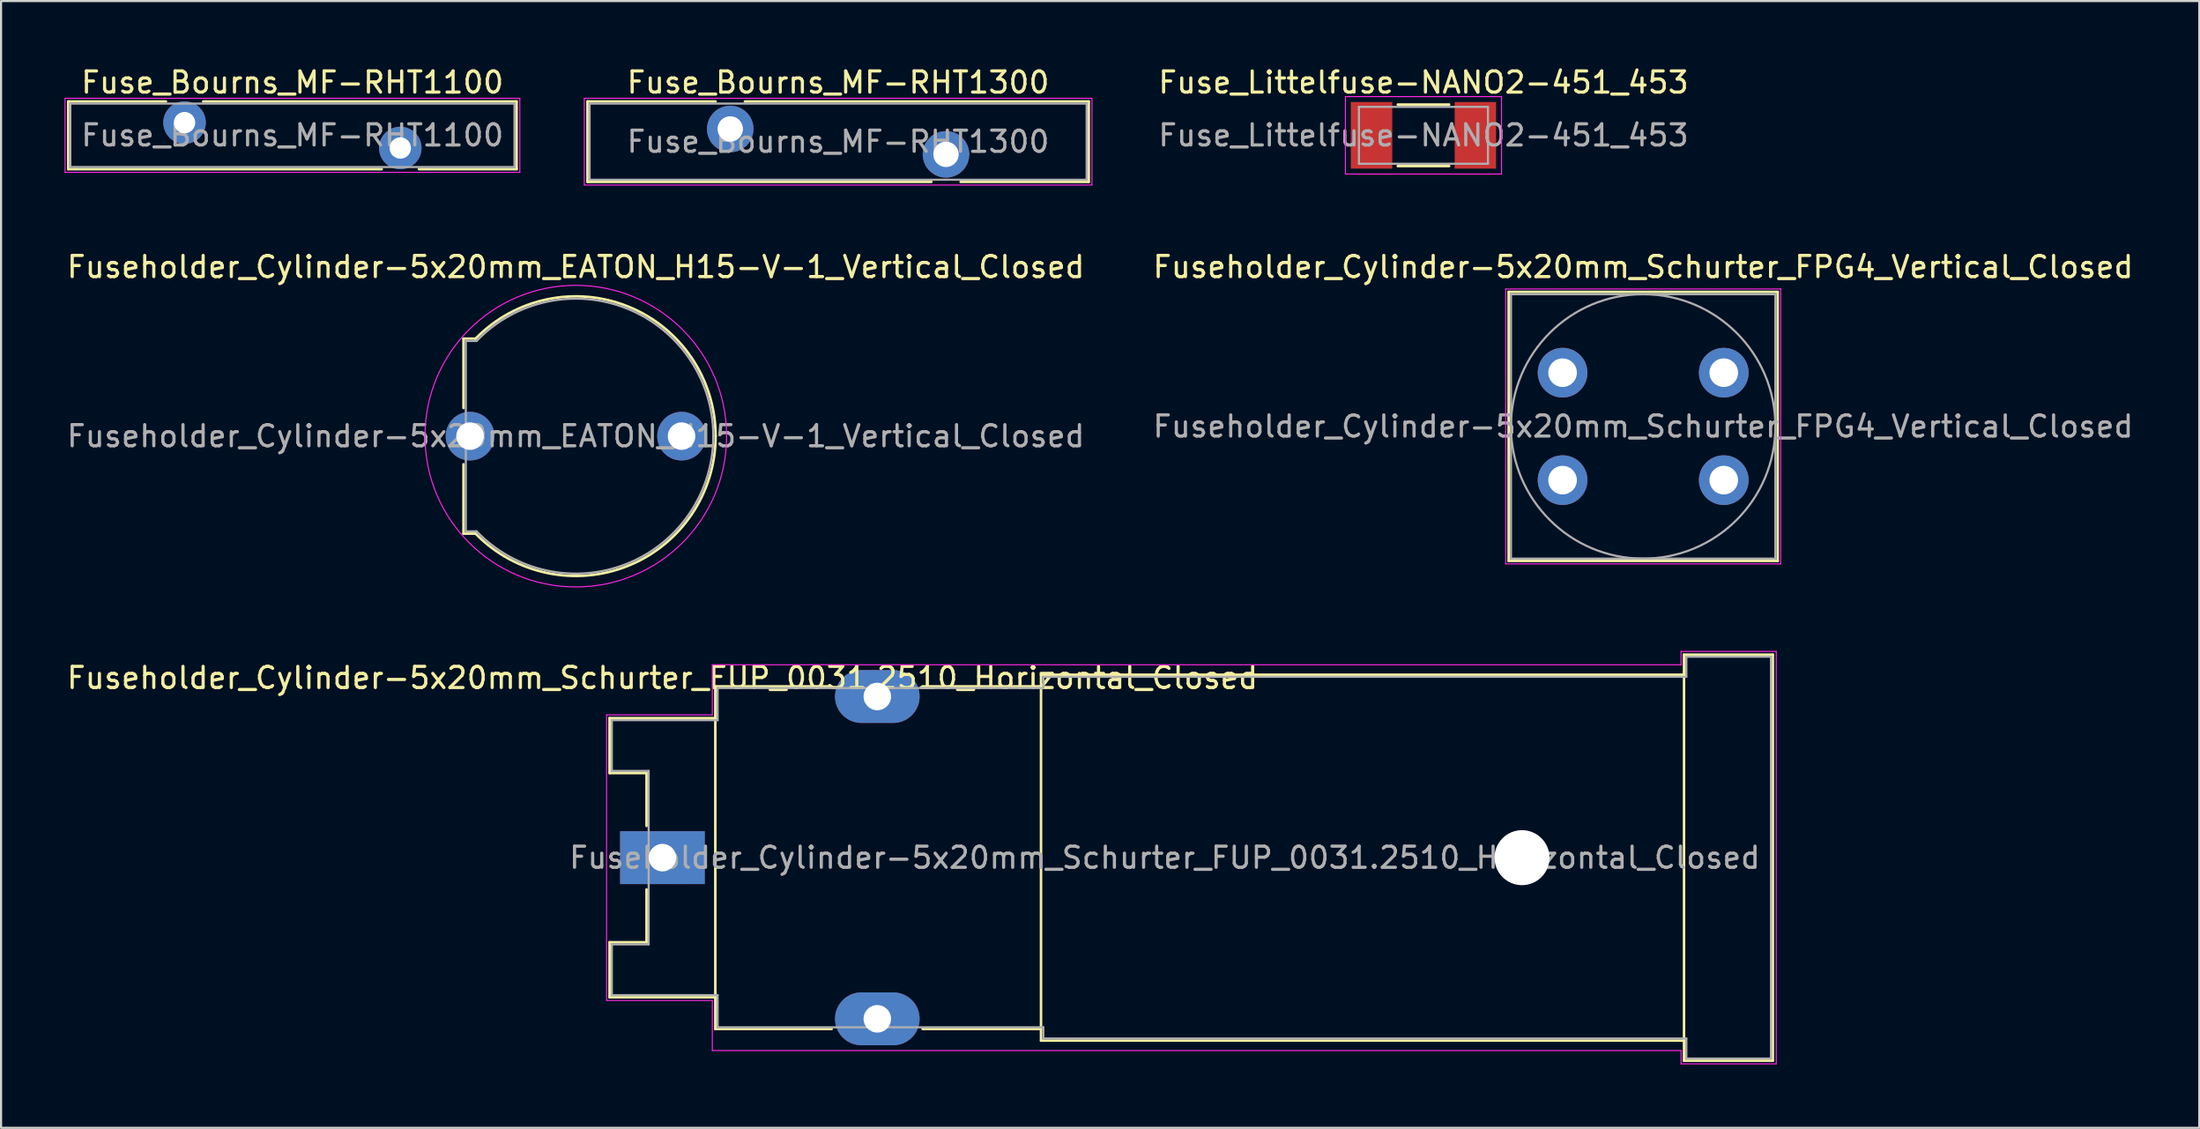
<source format=kicad_pcb>
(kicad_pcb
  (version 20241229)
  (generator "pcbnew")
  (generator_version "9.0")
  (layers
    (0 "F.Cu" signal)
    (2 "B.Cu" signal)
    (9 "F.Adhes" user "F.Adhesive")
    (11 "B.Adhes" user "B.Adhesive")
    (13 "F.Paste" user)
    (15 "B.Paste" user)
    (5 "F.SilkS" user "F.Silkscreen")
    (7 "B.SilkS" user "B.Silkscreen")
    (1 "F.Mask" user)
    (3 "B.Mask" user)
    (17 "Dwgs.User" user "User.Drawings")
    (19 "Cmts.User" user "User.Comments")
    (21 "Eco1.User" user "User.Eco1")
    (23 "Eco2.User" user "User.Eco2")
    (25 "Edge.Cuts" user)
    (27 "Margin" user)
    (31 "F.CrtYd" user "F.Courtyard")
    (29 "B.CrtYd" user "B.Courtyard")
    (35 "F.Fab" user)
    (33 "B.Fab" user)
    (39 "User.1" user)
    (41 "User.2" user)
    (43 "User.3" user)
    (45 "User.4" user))
  (footprint "Fuse_Bourns_MF-RHT1300"
    (layer "F.Cu")
    (at 31.475 3.048)
    (property "Reference" "Fuse_Bourns_MF-RHT1300" (at 5.1 -2.2 0) (layer "F.SilkS") (effects (font (size 1 1) (thickness 0.15))))
    (attr through_hole)
    (fp_line (start -6.75 -1.301) (end -6.75 2.5) (stroke (width 0.12) (type solid)) (layer "F.SilkS"))
    (fp_line (start -6.75 -1.301) (end -0.693 -1.301) (stroke (width 0.12) (type solid)) (layer "F.SilkS"))
    (fp_line (start -6.75 2.5) (end 9.508 2.5) (stroke (width 0.12) (type solid)) (layer "F.SilkS"))
    (fp_line (start 0.693 -1.301) (end 16.951 -1.301) (stroke (width 0.12) (type solid)) (layer "F.SilkS"))
    (fp_line (start 10.893 2.5) (end 16.951 2.5) (stroke (width 0.12) (type solid)) (layer "F.SilkS"))
    (fp_line (start 16.951 -1.301) (end 16.951 2.5) (stroke (width 0.12) (type solid)) (layer "F.SilkS"))
    (fp_line (start -6.9 -1.45) (end -6.9 2.65) (stroke (width 0.05) (type solid)) (layer "F.CrtYd"))
    (fp_line (start -6.9 2.65) (end 17.1 2.65) (stroke (width 0.05) (type solid)) (layer "F.CrtYd"))
    (fp_line (start 17.1 -1.45) (end -6.9 -1.45) (stroke (width 0.05) (type solid)) (layer "F.CrtYd"))
    (fp_line (start 17.1 2.65) (end 17.1 -1.45) (stroke (width 0.05) (type solid)) (layer "F.CrtYd"))
    (fp_line (start -6.65 -1.2) (end -6.65 2.4) (stroke (width 0.1) (type solid)) (layer "F.Fab"))
    (fp_line (start -6.65 2.4) (end 16.85 2.4) (stroke (width 0.1) (type solid)) (layer "F.Fab"))
    (fp_line (start 16.85 -1.2) (end -6.65 -1.2) (stroke (width 0.1) (type solid)) (layer "F.Fab"))
    (fp_line (start 16.85 2.4) (end 16.85 -1.2) (stroke (width 0.1) (type solid)) (layer "F.Fab"))
    (fp_text user "${REFERENCE}" (at 5.1 0.6 0) (layer "F.Fab") (effects (font (size 1 1) (thickness 0.15))))
    (pad "1" thru_hole circle (at 0 0) (size 2.2 2.2) (drill 1.2) (layers "*.Cu" "*.Mask"))
    (pad "2" thru_hole circle (at 10.2 1.2) (size 2.2 2.2) (drill 1.2) (layers "*.Cu" "*.Mask")))
  (footprint "Fuse_Bourns_MF-RHT1100"
    (layer "F.Cu")
    (at 5.675 2.748)
    (property "Reference" "Fuse_Bourns_MF-RHT1100" (at 5.1 -1.9 0) (layer "F.SilkS") (effects (font (size 1 1) (thickness 0.15))))
    (attr through_hole)
    (fp_line (start -5.5 -1) (end -5.5 2.2) (stroke (width 0.12) (type solid)) (layer "F.SilkS"))
    (fp_line (start -5.5 -1) (end -0.879 -1) (stroke (width 0.12) (type solid)) (layer "F.SilkS"))
    (fp_line (start -5.5 2.2) (end 9.322 2.2) (stroke (width 0.12) (type solid)) (layer "F.SilkS"))
    (fp_line (start 0.879 -1) (end 15.7 -1) (stroke (width 0.12) (type solid)) (layer "F.SilkS"))
    (fp_line (start 11.079 2.2) (end 15.7 2.2) (stroke (width 0.12) (type solid)) (layer "F.SilkS"))
    (fp_line (start 15.7 -1) (end 15.7 2.2) (stroke (width 0.12) (type solid)) (layer "F.SilkS"))
    (fp_line (start -5.65 -1.15) (end -5.65 2.35) (stroke (width 0.05) (type solid)) (layer "F.CrtYd"))
    (fp_line (start -5.65 2.35) (end 15.85 2.35) (stroke (width 0.05) (type solid)) (layer "F.CrtYd"))
    (fp_line (start 15.85 -1.15) (end -5.65 -1.15) (stroke (width 0.05) (type solid)) (layer "F.CrtYd"))
    (fp_line (start 15.85 2.35) (end 15.85 -1.15) (stroke (width 0.05) (type solid)) (layer "F.CrtYd"))
    (fp_line (start -5.4 -0.9) (end -5.4 2.1) (stroke (width 0.1) (type solid)) (layer "F.Fab"))
    (fp_line (start -5.4 2.1) (end 15.6 2.1) (stroke (width 0.1) (type solid)) (layer "F.Fab"))
    (fp_line (start 15.6 -0.9) (end -5.4 -0.9) (stroke (width 0.1) (type solid)) (layer "F.Fab"))
    (fp_line (start 15.6 2.1) (end 15.6 -0.9) (stroke (width 0.1) (type solid)) (layer "F.Fab"))
    (fp_text user "${REFERENCE}" (at 5.1 0.6 0) (layer "F.Fab") (effects (font (size 1 1) (thickness 0.15))))
    (pad "1" thru_hole circle (at 0 0) (size 2.01 2.01) (drill 1.01) (layers "*.Cu" "*.Mask"))
    (pad "2" thru_hole circle (at 10.2 1.2) (size 2.01 2.01) (drill 1.01) (layers "*.Cu" "*.Mask")))
  (footprint "Fuseholder_Cylinder-5x20mm_EATON_H15-V-1_Vertical_Closed"
    (layer "F.Cu")
    (at 19.173 17.572)
    (property "Reference" "Fuseholder_Cylinder-5x20mm_EATON_H15-V-1_Vertical_Closed" (at 5 -8 0) (layer "F.SilkS") (effects (font (size 1 1) (thickness 0.15))))
    (attr through_hole)
    (fp_line (start -0.31 -4.61) (end -0.31 -1.33) (stroke (width 0.12) (type solid)) (layer "F.SilkS"))
    (fp_line (start -0.31 1.33) (end -0.31 4.61) (stroke (width 0.12) (type solid)) (layer "F.SilkS"))
    (fp_line (start 0.26 -4.61) (end -0.31 -4.61) (stroke (width 0.12) (type solid)) (layer "F.SilkS"))
    (fp_line (start 0.26 4.61) (end -0.31 4.61) (stroke (width 0.12) (type solid)) (layer "F.SilkS"))
    (fp_arc (start 0.261221 -4.608261) (mid 7.486842 -6.124354) (end 11.61 0) (stroke (width 0.12) (type solid)) (layer "F.SilkS"))
    (fp_arc (start 11.61 0) (mid 7.486842 6.124354) (end 0.261221 4.608261) (stroke (width 0.12) (type solid)) (layer "F.SilkS"))
    (fp_circle (center 5 0) (end 12.13 0) (stroke (width 0.05) (type solid)) (fill no) (layer "F.CrtYd"))
    (fp_line (start -0.2 -4.5) (end -0.2 4.5) (stroke (width 0.1) (type solid)) (layer "F.Fab"))
    (fp_line (start 0.3 -4.5) (end -0.2 -4.5) (stroke (width 0.1) (type solid)) (layer "F.Fab"))
    (fp_line (start 0.3 4.5) (end -0.2 4.5) (stroke (width 0.1) (type solid)) (layer "F.Fab"))
    (fp_arc (start 0.308559 -4.498931) (mid 7.424421 -6.030935) (end 11.5 0) (stroke (width 0.1) (type solid)) (layer "F.Fab"))
    (fp_arc (start 11.5 0) (mid 7.424421 6.030936) (end 0.308559 4.498931) (stroke (width 0.1) (type solid)) (layer "F.Fab"))
    (fp_text user "${REFERENCE}" (at 5 0 0) (layer "F.Fab") (effects (font (size 1 1) (thickness 0.15))))
    (pad "1" thru_hole circle (at 0 0) (size 2.3 2.3) (drill 1.3) (layers "*.Cu" "*.Mask"))
    (pad "2" thru_hole circle (at 10 0) (size 2.3 2.3) (drill 1.3) (layers "*.Cu" "*.Mask")))
  (footprint "Fuseholder_Cylinder-5x20mm_Schurter_FPG4_Vertical_Closed"
    (layer "F.Cu")
    (at 70.827 14.572)
    (property "Reference" "Fuseholder_Cylinder-5x20mm_Schurter_FPG4_Vertical_Closed" (at 3.81 -5 0) (layer "F.SilkS") (effects (font (size 1 1) (thickness 0.15))))
    (attr through_hole)
    (fp_line (start -2.55 -3.82) (end 10.17 -3.82) (stroke (width 0.12) (type solid)) (layer "F.SilkS"))
    (fp_line (start -2.55 8.9) (end -2.55 -3.82) (stroke (width 0.12) (type solid)) (layer "F.SilkS"))
    (fp_line (start 10.17 -3.82) (end 10.17 8.9) (stroke (width 0.12) (type solid)) (layer "F.SilkS"))
    (fp_line (start 10.17 8.9) (end -2.55 8.9) (stroke (width 0.12) (type solid)) (layer "F.SilkS"))
    (fp_line (start -2.69 -3.96) (end 10.31 -3.96) (stroke (width 0.05) (type solid)) (layer "F.CrtYd"))
    (fp_line (start -2.69 9.04) (end -2.69 -3.96) (stroke (width 0.05) (type solid)) (layer "F.CrtYd"))
    (fp_line (start 10.31 -3.96) (end 10.31 9.04) (stroke (width 0.05) (type solid)) (layer "F.CrtYd"))
    (fp_line (start 10.31 9.04) (end -2.69 9.04) (stroke (width 0.05) (type solid)) (layer "F.CrtYd"))
    (fp_line (start -2.44 -3.71) (end 10.06 -3.71) (stroke (width 0.1) (type solid)) (layer "F.Fab"))
    (fp_line (start -2.44 8.79) (end -2.44 -3.71) (stroke (width 0.1) (type solid)) (layer "F.Fab"))
    (fp_line (start 10.06 -3.71) (end 10.06 8.79) (stroke (width 0.1) (type solid)) (layer "F.Fab"))
    (fp_line (start 10.06 8.79) (end -2.44 8.79) (stroke (width 0.1) (type solid)) (layer "F.Fab"))
    (fp_circle (center 3.81 2.54) (end 10.06 2.54) (stroke (width 0.1) (type solid)) (fill no) (layer "F.Fab"))
    (fp_text user "${REFERENCE}" (at 3.81 2.54 0) (layer "F.Fab") (effects (font (size 1 1) (thickness 0.15))))
    (pad "1" thru_hole circle (at 0 0) (size 2.35 2.35) (drill 1.35) (layers "*.Cu" "*.Mask"))
    (pad "1" thru_hole circle (at 0 5.08) (size 2.35 2.35) (drill 1.35) (layers "*.Cu" "*.Mask"))
    (pad "2" thru_hole circle (at 7.62 0) (size 2.35 2.35) (drill 1.35) (layers "*.Cu" "*.Mask"))
    (pad "2" thru_hole circle (at 7.62 5.08) (size 2.35 2.35) (drill 1.35) (layers "*.Cu" "*.Mask")))
  (footprint "Fuseholder_Cylinder-5x20mm_Schurter_FUP_0031.2510_Horizontal_Closed"
    (layer "F.Cu")
    (at 28.268 37.502)
    (property "Reference" "Fuseholder_Cylinder-5x20mm_Schurter_FUP_0031.2510_Horizontal_Closed" (at 0 -8.5 0) (layer "F.SilkS") (effects (font (size 1 1) (thickness 0.15))))
    (attr through_hole)
    (fp_line (start -2.5 -6.6) (end 2.5 -6.6) (stroke (width 0.12) (type solid)) (layer "F.SilkS"))
    (fp_line (start -2.5 -4) (end -2.5 -6.6) (stroke (width 0.12) (type solid)) (layer "F.SilkS"))
    (fp_line (start -2.5 4) (end -0.75 4) (stroke (width 0.12) (type solid)) (layer "F.SilkS"))
    (fp_line (start -2.5 6.6) (end -2.5 4) (stroke (width 0.12) (type solid)) (layer "F.SilkS"))
    (fp_line (start -2.5 6.6) (end 2.5 6.6) (stroke (width 0.12) (type solid)) (layer "F.SilkS"))
    (fp_line (start -0.75 -4) (end -2.5 -4) (stroke (width 0.12) (type solid)) (layer "F.SilkS"))
    (fp_line (start -0.75 -1.5) (end -0.75 -4) (stroke (width 0.12) (type solid)) (layer "F.SilkS"))
    (fp_line (start -0.75 4) (end -0.75 1.5) (stroke (width 0.12) (type solid)) (layer "F.SilkS"))
    (fp_line (start 2.5 -8.1) (end 8 -8.1) (stroke (width 0.12) (type solid)) (layer "F.SilkS"))
    (fp_line (start 2.5 8.1) (end 2.5 -8.1) (stroke (width 0.12) (type solid)) (layer "F.SilkS"))
    (fp_line (start 2.5 8.1) (end 8 8.1) (stroke (width 0.12) (type solid)) (layer "F.SilkS"))
    (fp_line (start 12.3 -8.1) (end 17.9 -8.1) (stroke (width 0.12) (type solid)) (layer "F.SilkS"))
    (fp_line (start 12.3 8.1) (end 17.9 8.1) (stroke (width 0.12) (type solid)) (layer "F.SilkS"))
    (fp_line (start 17.9 -8.65) (end 48.3 -8.65) (stroke (width 0.12) (type solid)) (layer "F.SilkS"))
    (fp_line (start 17.9 8.65) (end 17.9 -8.65) (stroke (width 0.12) (type solid)) (layer "F.SilkS"))
    (fp_line (start 17.9 8.65) (end 48.3 8.65) (stroke (width 0.12) (type solid)) (layer "F.SilkS"))
    (fp_line (start 48.3 -9.6) (end 52.5 -9.6) (stroke (width 0.12) (type solid)) (layer "F.SilkS"))
    (fp_line (start 48.3 9.6) (end 48.3 -9.6) (stroke (width 0.12) (type solid)) (layer "F.SilkS"))
    (fp_line (start 48.3 9.6) (end 52.5 9.6) (stroke (width 0.12) (type solid)) (layer "F.SilkS"))
    (fp_line (start 52.5 -9.6) (end 52.5 9.6) (stroke (width 0.12) (type solid)) (layer "F.SilkS"))
    (fp_line (start -2.64 -6.75) (end 2.36 -6.75) (stroke (width 0.05) (type solid)) (layer "F.CrtYd"))
    (fp_line (start -2.64 6.75) (end -2.64 -6.75) (stroke (width 0.05) (type solid)) (layer "F.CrtYd"))
    (fp_line (start -2.64 6.75) (end 2.36 6.75) (stroke (width 0.05) (type solid)) (layer "F.CrtYd"))
    (fp_line (start 2.36 -9.12) (end 2.36 -6.75) (stroke (width 0.05) (type solid)) (layer "F.CrtYd"))
    (fp_line (start 2.36 -9.12) (end 48.16 -9.12) (stroke (width 0.05) (type solid)) (layer "F.CrtYd"))
    (fp_line (start 2.36 6.75) (end 2.36 9.12) (stroke (width 0.05) (type solid)) (layer "F.CrtYd"))
    (fp_line (start 48.16 -9.75) (end 48.16 -9.12) (stroke (width 0.05) (type solid)) (layer "F.CrtYd"))
    (fp_line (start 48.16 -9.75) (end 52.66 -9.75) (stroke (width 0.05) (type solid)) (layer "F.CrtYd"))
    (fp_line (start 48.16 9.12) (end 2.36 9.12) (stroke (width 0.05) (type solid)) (layer "F.CrtYd"))
    (fp_line (start 48.16 9.12) (end 48.16 9.75) (stroke (width 0.05) (type solid)) (layer "F.CrtYd"))
    (fp_line (start 48.16 9.75) (end 52.66 9.75) (stroke (width 0.05) (type solid)) (layer "F.CrtYd"))
    (fp_line (start 52.66 -9.75) (end 52.66 9.75) (stroke (width 0.05) (type solid)) (layer "F.CrtYd"))
    (fp_line (start -2.39 -4.1) (end -2.39 -6.5) (stroke (width 0.1) (type solid)) (layer "F.Fab"))
    (fp_line (start -2.39 -4.1) (end -0.65 -4.1) (stroke (width 0.1) (type solid)) (layer "F.Fab"))
    (fp_line (start -2.39 4.1) (end -2.39 6.5) (stroke (width 0.1) (type solid)) (layer "F.Fab"))
    (fp_line (start -2.39 6.5) (end 2.61 6.5) (stroke (width 0.1) (type solid)) (layer "F.Fab"))
    (fp_line (start -0.65 -4.1) (end -0.65 4.1) (stroke (width 0.1) (type solid)) (layer "F.Fab"))
    (fp_line (start -0.65 4.1) (end -2.39 4.1) (stroke (width 0.1) (type solid)) (layer "F.Fab"))
    (fp_line (start 2.61 -8.02) (end 2.61 -6.5) (stroke (width 0.1) (type solid)) (layer "F.Fab"))
    (fp_line (start 2.61 -6.5) (end -2.39 -6.5) (stroke (width 0.1) (type solid)) (layer "F.Fab"))
    (fp_line (start 2.61 6.5) (end 2.61 8.02) (stroke (width 0.1) (type solid)) (layer "F.Fab"))
    (fp_line (start 2.61 8.02) (end 18.01 8.02) (stroke (width 0.1) (type solid)) (layer "F.Fab"))
    (fp_line (start 18.01 -8.55) (end 18.01 -8.02) (stroke (width 0.1) (type solid)) (layer "F.Fab"))
    (fp_line (start 18.01 -8.02) (end 2.61 -8.02) (stroke (width 0.1) (type solid)) (layer "F.Fab"))
    (fp_line (start 18.01 8.02) (end 18.01 8.55) (stroke (width 0.1) (type solid)) (layer "F.Fab"))
    (fp_line (start 18.01 8.55) (end 48.41 8.55) (stroke (width 0.1) (type solid)) (layer "F.Fab"))
    (fp_line (start 48.41 -9.5) (end 48.41 -8.55) (stroke (width 0.1) (type solid)) (layer "F.Fab"))
    (fp_line (start 48.41 -8.55) (end 18.01 -8.55) (stroke (width 0.1) (type solid)) (layer "F.Fab"))
    (fp_line (start 48.41 8.55) (end 48.41 9.5) (stroke (width 0.1) (type solid)) (layer "F.Fab"))
    (fp_line (start 48.41 9.5) (end 52.41 9.5) (stroke (width 0.1) (type solid)) (layer "F.Fab"))
    (fp_line (start 52.41 -9.5) (end 48.41 -9.5) (stroke (width 0.1) (type solid)) (layer "F.Fab"))
    (fp_line (start 52.41 -9.5) (end 52.41 9.5) (stroke (width 0.1) (type solid)) (layer "F.Fab"))
    (fp_text user "${REFERENCE}" (at 23.75 0 0) (layer "F.Fab") (effects (font (size 1 1) (thickness 0.15))))
    (pad "" np_thru_hole circle (at 40.64 0) (size 2.6 2.6) (drill 2.6) (layers "*.Cu" "*.Mask"))
    (pad "1" thru_hole rect (at 0 0) (size 4 2.5) (drill 1.3) (layers "*.Cu" "*.Mask"))
    (pad "2" thru_hole oval (at 10.16 -7.62) (size 4 2.5) (drill 1.3) (layers "*.Cu" "*.Mask"))
    (pad "2" thru_hole oval (at 10.16 7.62) (size 4 2.5) (drill 1.3) (layers "*.Cu" "*.Mask")))
  (footprint "Fuse_Littelfuse-NANO2-451_453"
    (layer "F.Cu")
    (at 64.249 3.348)
    (property "Reference" "Fuse_Littelfuse-NANO2-451_453" (at 0 -2.5 0) (unlocked yes) (layer "F.SilkS") (effects (font (size 1 1) (thickness 0.15))))
    (attr smd)
    (fp_line (start -1.215 -1.455) (end 1.215 -1.455) (stroke (width 0.12) (type solid)) (layer "F.SilkS"))
    (fp_line (start -1.215 1.455) (end 1.215 1.455) (stroke (width 0.12) (type solid)) (layer "F.SilkS"))
    (fp_line (start -3.69 -1.83) (end 3.69 -1.83) (stroke (width 0.05) (type solid)) (layer "F.CrtYd"))
    (fp_line (start -3.69 1.83) (end -3.69 -1.83) (stroke (width 0.05) (type solid)) (layer "F.CrtYd"))
    (fp_line (start 3.69 -1.83) (end 3.69 1.83) (stroke (width 0.05) (type solid)) (layer "F.CrtYd"))
    (fp_line (start 3.69 1.83) (end -3.69 1.83) (stroke (width 0.05) (type solid)) (layer "F.CrtYd"))
    (fp_line (start -3.05 -1.345) (end -3.05 1.345) (stroke (width 0.1) (type solid)) (layer "F.Fab"))
    (fp_line (start -3.05 -1.345) (end 3.05 -1.345) (stroke (width 0.1) (type solid)) (layer "F.Fab"))
    (fp_line (start -3.05 1.345) (end 3.05 1.345) (stroke (width 0.1) (type solid)) (layer "F.Fab"))
    (fp_line (start 3.05 1.345) (end 3.05 -1.345) (stroke (width 0.1) (type solid)) (layer "F.Fab"))
    (fp_text user "${REFERENCE}" (at 0 0 0) (layer "F.Fab") (effects (font (size 1 1) (thickness 0.15))))
    (pad "1" smd rect (at -2.455 0) (size 1.96 3.15) (layers "F.Cu" "F.Mask" "F.Paste"))
    (pad "2" smd rect (at 2.455 0) (size 1.96 3.15) (layers "F.Cu" "F.Mask" "F.Paste")))
  (gr_rect
    (start -3 -3)
    (end 100.929 50.276)
    (stroke (width 0.1) (type default))
    (fill no)
    (layer "Edge.Cuts")))
</source>
